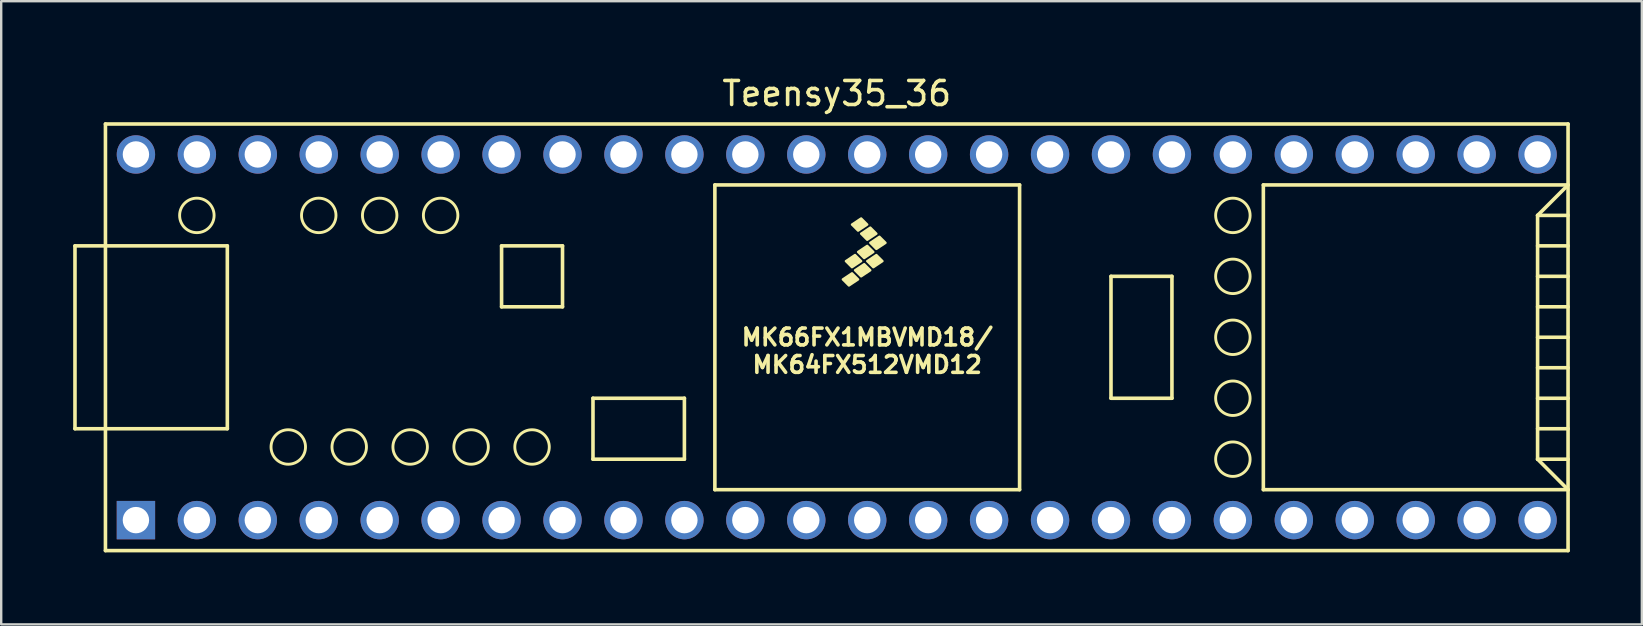
<source format=kicad_pcb>
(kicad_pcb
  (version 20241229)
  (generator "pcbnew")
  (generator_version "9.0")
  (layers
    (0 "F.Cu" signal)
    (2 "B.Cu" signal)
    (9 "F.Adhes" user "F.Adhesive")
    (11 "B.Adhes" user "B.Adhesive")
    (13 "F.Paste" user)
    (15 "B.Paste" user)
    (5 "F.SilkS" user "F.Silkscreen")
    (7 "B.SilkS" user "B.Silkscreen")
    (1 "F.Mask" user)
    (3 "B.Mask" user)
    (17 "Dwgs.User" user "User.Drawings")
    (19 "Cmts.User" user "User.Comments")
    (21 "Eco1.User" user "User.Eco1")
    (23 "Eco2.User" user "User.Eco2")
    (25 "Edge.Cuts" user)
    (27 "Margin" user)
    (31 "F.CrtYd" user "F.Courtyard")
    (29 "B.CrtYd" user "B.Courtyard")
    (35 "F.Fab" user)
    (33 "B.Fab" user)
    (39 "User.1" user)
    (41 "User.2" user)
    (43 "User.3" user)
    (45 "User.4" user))
  (footprint "Teensy35_36"
    (layer "F.Cu")
    (at 31.825 11.008)
    (property "Reference" "Teensy35_36" (at 0 -10.16 0) (layer "F.SilkS") (effects (font (size 1 1) (thickness 0.15))))
    (attr through_hole)
    (fp_line (start -31.75 -3.81) (end -30.48 -3.81) (stroke (width 0.15) (type solid)) (layer "F.SilkS"))
    (fp_line (start -31.75 3.81) (end -31.75 -3.81) (stroke (width 0.15) (type solid)) (layer "F.SilkS"))
    (fp_line (start -30.48 3.81) (end -31.75 3.81) (stroke (width 0.15) (type solid)) (layer "F.SilkS"))
    (fp_line (start -30.48 8.89) (end -30.48 -8.89) (stroke (width 0.15) (type solid)) (layer "F.SilkS"))
    (fp_line (start -30.48 8.89) (end 30.48 8.89) (stroke (width 0.15) (type solid)) (layer "F.SilkS"))
    (fp_line (start -25.4 -3.81) (end -30.48 -3.81) (stroke (width 0.15) (type solid)) (layer "F.SilkS"))
    (fp_line (start -25.4 3.81) (end -30.48 3.81) (stroke (width 0.15) (type solid)) (layer "F.SilkS"))
    (fp_line (start -25.4 3.81) (end -25.4 -3.81) (stroke (width 0.15) (type solid)) (layer "F.SilkS"))
    (fp_line (start -13.97 -3.81) (end -13.97 -1.27) (stroke (width 0.15) (type solid)) (layer "F.SilkS"))
    (fp_line (start -13.97 -1.27) (end -11.43 -1.27) (stroke (width 0.15) (type solid)) (layer "F.SilkS"))
    (fp_line (start -11.43 -3.81) (end -13.97 -3.81) (stroke (width 0.15) (type solid)) (layer "F.SilkS"))
    (fp_line (start -11.43 -1.27) (end -11.43 -3.81) (stroke (width 0.15) (type solid)) (layer "F.SilkS"))
    (fp_line (start -10.16 2.54) (end -6.35 2.54) (stroke (width 0.15) (type solid)) (layer "F.SilkS"))
    (fp_line (start -10.16 5.08) (end -10.16 2.54) (stroke (width 0.15) (type solid)) (layer "F.SilkS"))
    (fp_line (start -6.35 2.54) (end -6.35 5.08) (stroke (width 0.15) (type solid)) (layer "F.SilkS"))
    (fp_line (start -6.35 5.08) (end -10.16 5.08) (stroke (width 0.15) (type solid)) (layer "F.SilkS"))
    (fp_line (start -5.08 -6.35) (end -5.08 6.35) (stroke (width 0.15) (type solid)) (layer "F.SilkS"))
    (fp_line (start -5.08 -6.35) (end 7.62 -6.35) (stroke (width 0.15) (type solid)) (layer "F.SilkS"))
    (fp_line (start -5.08 6.35) (end 7.62 6.35) (stroke (width 0.15) (type solid)) (layer "F.SilkS"))
    (fp_line (start 7.62 6.35) (end 7.62 -6.35) (stroke (width 0.15) (type solid)) (layer "F.SilkS"))
    (fp_line (start 11.43 -2.54) (end 13.97 -2.54) (stroke (width 0.15) (type solid)) (layer "F.SilkS"))
    (fp_line (start 11.43 2.54) (end 11.43 -2.54) (stroke (width 0.15) (type solid)) (layer "F.SilkS"))
    (fp_line (start 13.97 -2.54) (end 13.97 2.54) (stroke (width 0.15) (type solid)) (layer "F.SilkS"))
    (fp_line (start 13.97 2.54) (end 11.43 2.54) (stroke (width 0.15) (type solid)) (layer "F.SilkS"))
    (fp_line (start 17.78 -6.35) (end 17.78 6.35) (stroke (width 0.15) (type solid)) (layer "F.SilkS"))
    (fp_line (start 17.78 6.35) (end 30.48 6.35) (stroke (width 0.15) (type solid)) (layer "F.SilkS"))
    (fp_line (start 29.21 -5.08) (end 30.48 -6.35) (stroke (width 0.15) (type solid)) (layer "F.SilkS"))
    (fp_line (start 29.21 -5.08) (end 30.48 -5.08) (stroke (width 0.15) (type solid)) (layer "F.SilkS"))
    (fp_line (start 29.21 -3.81) (end 30.48 -3.81) (stroke (width 0.15) (type solid)) (layer "F.SilkS"))
    (fp_line (start 29.21 -2.54) (end 30.48 -2.54) (stroke (width 0.15) (type solid)) (layer "F.SilkS"))
    (fp_line (start 29.21 -1.27) (end 30.48 -1.27) (stroke (width 0.15) (type solid)) (layer "F.SilkS"))
    (fp_line (start 29.21 0) (end 30.48 0) (stroke (width 0.15) (type solid)) (layer "F.SilkS"))
    (fp_line (start 29.21 1.27) (end 30.48 1.27) (stroke (width 0.15) (type solid)) (layer "F.SilkS"))
    (fp_line (start 29.21 2.54) (end 30.48 2.54) (stroke (width 0.15) (type solid)) (layer "F.SilkS"))
    (fp_line (start 29.21 3.81) (end 30.48 3.81) (stroke (width 0.15) (type solid)) (layer "F.SilkS"))
    (fp_line (start 29.21 5.08) (end 29.21 -5.08) (stroke (width 0.15) (type solid)) (layer "F.SilkS"))
    (fp_line (start 29.21 5.08) (end 30.48 5.08) (stroke (width 0.15) (type solid)) (layer "F.SilkS"))
    (fp_line (start 30.48 -8.89) (end -30.48 -8.89) (stroke (width 0.15) (type solid)) (layer "F.SilkS"))
    (fp_line (start 30.48 -8.89) (end 30.48 8.89) (stroke (width 0.15) (type solid)) (layer "F.SilkS"))
    (fp_line (start 30.48 -6.35) (end 17.78 -6.35) (stroke (width 0.15) (type solid)) (layer "F.SilkS"))
    (fp_line (start 30.48 6.35) (end 29.21 5.08) (stroke (width 0.15) (type solid)) (layer "F.SilkS"))
    (fp_circle (center -26.67 -5.08) (end -26.162 -4.572) (stroke (width 0.12) (type solid)) (fill no) (layer "F.SilkS"))
    (fp_circle (center -22.86 4.572) (end -22.352 5.08) (stroke (width 0.12) (type solid)) (fill no) (layer "F.SilkS"))
    (fp_circle (center -21.59 -5.08) (end -21.082 -4.572) (stroke (width 0.12) (type solid)) (fill no) (layer "F.SilkS"))
    (fp_circle (center -20.32 4.572) (end -19.812 5.08) (stroke (width 0.12) (type solid)) (fill no) (layer "F.SilkS"))
    (fp_circle (center -19.05 -5.08) (end -18.542 -4.572) (stroke (width 0.12) (type solid)) (fill no) (layer "F.SilkS"))
    (fp_circle (center -17.78 4.572) (end -17.272 5.08) (stroke (width 0.12) (type solid)) (fill no) (layer "F.SilkS"))
    (fp_circle (center -16.51 -5.08) (end -16.002 -4.572) (stroke (width 0.12) (type solid)) (fill no) (layer "F.SilkS"))
    (fp_circle (center -15.24 4.572) (end -14.732 5.08) (stroke (width 0.12) (type solid)) (fill no) (layer "F.SilkS"))
    (fp_circle (center -12.7 4.572) (end -12.192 5.08) (stroke (width 0.12) (type solid)) (fill no) (layer "F.SilkS"))
    (fp_circle (center 16.51 -5.08) (end 17.018 -4.572) (stroke (width 0.12) (type solid)) (fill no) (layer "F.SilkS"))
    (fp_circle (center 16.51 -2.54) (end 17.018 -2.032) (stroke (width 0.12) (type solid)) (fill no) (layer "F.SilkS"))
    (fp_circle (center 16.51 0) (end 17.018 0.508) (stroke (width 0.12) (type solid)) (fill no) (layer "F.SilkS"))
    (fp_circle (center 16.51 2.54) (end 17.018 3.048) (stroke (width 0.12) (type solid)) (fill no) (layer "F.SilkS"))
    (fp_circle (center 16.51 5.08) (end 17.018 5.588) (stroke (width 0.12) (type solid)) (fill no) (layer "F.SilkS"))
    (fp_poly (pts (xy 0.635 -2.667) (xy 0.889 -2.413) (xy 0.508 -2.159) (xy 0.254 -2.413)) (stroke (width 0.1) (type solid)) (fill yes) (layer "F.SilkS"))
    (fp_poly (pts (xy 0.762 -3.429) (xy 1.016 -3.175) (xy 0.635 -2.921) (xy 0.381 -3.175)) (stroke (width 0.1) (type solid)) (fill yes) (layer "F.SilkS"))
    (fp_poly (pts (xy 1.016 -4.953) (xy 1.27 -4.699) (xy 0.889 -4.445) (xy 0.635 -4.699)) (stroke (width 0.1) (type solid)) (fill yes) (layer "F.SilkS"))
    (fp_poly (pts (xy 1.143 -3.048) (xy 1.397 -2.794) (xy 1.016 -2.54) (xy 0.762 -2.794)) (stroke (width 0.1) (type solid)) (fill yes) (layer "F.SilkS"))
    (fp_poly (pts (xy 1.27 -3.81) (xy 1.524 -3.556) (xy 1.143 -3.302) (xy 0.889 -3.556)) (stroke (width 0.1) (type solid)) (fill yes) (layer "F.SilkS"))
    (fp_poly (pts (xy 1.397 -4.572) (xy 1.651 -4.318) (xy 1.27 -4.064) (xy 1.016 -4.318)) (stroke (width 0.1) (type solid)) (fill yes) (layer "F.SilkS"))
    (fp_poly (pts (xy 1.651 -3.429) (xy 1.905 -3.175) (xy 1.524 -2.921) (xy 1.27 -3.175)) (stroke (width 0.1) (type solid)) (fill yes) (layer "F.SilkS"))
    (fp_poly (pts (xy 1.778 -4.191) (xy 2.032 -3.937) (xy 1.651 -3.683) (xy 1.397 -3.937)) (stroke (width 0.1) (type solid)) (fill yes) (layer "F.SilkS"))
    (fp_text user "MK64FX512VMD12" (at 1.27 1.143 0) (layer "F.SilkS") (effects (font (size 0.7 0.7) (thickness 0.15))))
    (fp_text user "MK66FX1MBVMD18/" (at 1.27 0 0) (layer "F.SilkS") (effects (font (size 0.7 0.7) (thickness 0.15))))
    (pad "1" thru_hole rect (at -29.21 7.62) (size 1.6 1.6) (drill 1.1) (layers "*.Cu" "*.Mask"))
    (pad "2" thru_hole circle (at -26.67 7.62) (size 1.6 1.6) (drill 1.1) (layers "*.Cu" "*.Mask"))
    (pad "3" thru_hole circle (at -24.13 7.62) (size 1.6 1.6) (drill 1.1) (layers "*.Cu" "*.Mask"))
    (pad "4" thru_hole circle (at -21.59 7.62) (size 1.6 1.6) (drill 1.1) (layers "*.Cu" "*.Mask"))
    (pad "5" thru_hole circle (at -19.05 7.62) (size 1.6 1.6) (drill 1.1) (layers "*.Cu" "*.Mask"))
    (pad "6" thru_hole circle (at -16.51 7.62) (size 1.6 1.6) (drill 1.1) (layers "*.Cu" "*.Mask"))
    (pad "7" thru_hole circle (at -13.97 7.62) (size 1.6 1.6) (drill 1.1) (layers "*.Cu" "*.Mask"))
    (pad "8" thru_hole circle (at -11.43 7.62) (size 1.6 1.6) (drill 1.1) (layers "*.Cu" "*.Mask"))
    (pad "9" thru_hole circle (at -8.89 7.62) (size 1.6 1.6) (drill 1.1) (layers "*.Cu" "*.Mask"))
    (pad "10" thru_hole circle (at -6.35 7.62) (size 1.6 1.6) (drill 1.1) (layers "*.Cu" "*.Mask"))
    (pad "11" thru_hole circle (at -3.81 7.62) (size 1.6 1.6) (drill 1.1) (layers "*.Cu" "*.Mask"))
    (pad "12" thru_hole circle (at -1.27 7.62) (size 1.6 1.6) (drill 1.1) (layers "*.Cu" "*.Mask"))
    (pad "13" thru_hole circle (at 1.27 7.62) (size 1.6 1.6) (drill 1.1) (layers "*.Cu" "*.Mask"))
    (pad "14" thru_hole circle (at 3.81 7.62) (size 1.6 1.6) (drill 1.1) (layers "*.Cu" "*.Mask"))
    (pad "15" thru_hole circle (at 6.35 7.62) (size 1.6 1.6) (drill 1.1) (layers "*.Cu" "*.Mask"))
    (pad "16" thru_hole circle (at 8.89 7.62) (size 1.6 1.6) (drill 1.1) (layers "*.Cu" "*.Mask"))
    (pad "17" thru_hole circle (at 11.43 7.62) (size 1.6 1.6) (drill 1.1) (layers "*.Cu" "*.Mask"))
    (pad "18" thru_hole circle (at 13.97 7.62) (size 1.6 1.6) (drill 1.1) (layers "*.Cu" "*.Mask"))
    (pad "19" thru_hole circle (at 16.51 7.62) (size 1.6 1.6) (drill 1.1) (layers "*.Cu" "*.Mask"))
    (pad "20" thru_hole circle (at 19.05 7.62) (size 1.6 1.6) (drill 1.1) (layers "*.Cu" "*.Mask"))
    (pad "21" thru_hole circle (at 21.59 7.62) (size 1.6 1.6) (drill 1.1) (layers "*.Cu" "*.Mask"))
    (pad "22" thru_hole circle (at 24.13 7.62) (size 1.6 1.6) (drill 1.1) (layers "*.Cu" "*.Mask"))
    (pad "23" thru_hole circle (at 26.67 7.62) (size 1.6 1.6) (drill 1.1) (layers "*.Cu" "*.Mask"))
    (pad "24" thru_hole circle (at 29.21 7.62) (size 1.6 1.6) (drill 1.1) (layers "*.Cu" "*.Mask"))
    (pad "30" thru_hole circle (at 29.21 -7.62) (size 1.6 1.6) (drill 1.1) (layers "*.Cu" "*.Mask"))
    (pad "31" thru_hole circle (at 26.67 -7.62) (size 1.6 1.6) (drill 1.1) (layers "*.Cu" "*.Mask"))
    (pad "32" thru_hole circle (at 24.13 -7.62) (size 1.6 1.6) (drill 1.1) (layers "*.Cu" "*.Mask"))
    (pad "33" thru_hole circle (at 21.59 -7.62) (size 1.6 1.6) (drill 1.1) (layers "*.Cu" "*.Mask"))
    (pad "34" thru_hole circle (at 19.05 -7.62) (size 1.6 1.6) (drill 1.1) (layers "*.Cu" "*.Mask"))
    (pad "35" thru_hole circle (at 16.51 -7.62) (size 1.6 1.6) (drill 1.1) (layers "*.Cu" "*.Mask"))
    (pad "36" thru_hole circle (at 13.97 -7.62) (size 1.6 1.6) (drill 1.1) (layers "*.Cu" "*.Mask"))
    (pad "37" thru_hole circle (at 11.43 -7.62) (size 1.6 1.6) (drill 1.1) (layers "*.Cu" "*.Mask"))
    (pad "38" thru_hole circle (at 8.89 -7.62) (size 1.6 1.6) (drill 1.1) (layers "*.Cu" "*.Mask"))
    (pad "39" thru_hole circle (at 6.35 -7.62) (size 1.6 1.6) (drill 1.1) (layers "*.Cu" "*.Mask"))
    (pad "40" thru_hole circle (at 3.81 -7.62) (size 1.6 1.6) (drill 1.1) (layers "*.Cu" "*.Mask"))
    (pad "41" thru_hole circle (at 1.27 -7.62) (size 1.6 1.6) (drill 1.1) (layers "*.Cu" "*.Mask"))
    (pad "42" thru_hole circle (at -1.27 -7.62) (size 1.6 1.6) (drill 1.1) (layers "*.Cu" "*.Mask"))
    (pad "43" thru_hole circle (at -3.81 -7.62) (size 1.6 1.6) (drill 1.1) (layers "*.Cu" "*.Mask"))
    (pad "44" thru_hole circle (at -6.35 -7.62) (size 1.6 1.6) (drill 1.1) (layers "*.Cu" "*.Mask"))
    (pad "45" thru_hole circle (at -8.89 -7.62) (size 1.6 1.6) (drill 1.1) (layers "*.Cu" "*.Mask"))
    (pad "46" thru_hole circle (at -11.43 -7.62) (size 1.6 1.6) (drill 1.1) (layers "*.Cu" "*.Mask"))
    (pad "47" thru_hole circle (at -13.97 -7.62) (size 1.6 1.6) (drill 1.1) (layers "*.Cu" "*.Mask"))
    (pad "48" thru_hole circle (at -16.51 -7.62) (size 1.6 1.6) (drill 1.1) (layers "*.Cu" "*.Mask"))
    (pad "49" thru_hole circle (at -19.05 -7.62) (size 1.6 1.6) (drill 1.1) (layers "*.Cu" "*.Mask"))
    (pad "50" thru_hole circle (at -21.59 -7.62) (size 1.6 1.6) (drill 1.1) (layers "*.Cu" "*.Mask"))
    (pad "51" thru_hole circle (at -24.13 -7.62) (size 1.6 1.6) (drill 1.1) (layers "*.Cu" "*.Mask"))
    (pad "52" thru_hole circle (at -26.67 -7.62) (size 1.6 1.6) (drill 1.1) (layers "*.Cu" "*.Mask"))
    (pad "53" thru_hole circle (at -29.21 -7.62) (size 1.6 1.6) (drill 1.1) (layers "*.Cu" "*.Mask")))
  (gr_rect
    (start -3 -3)
    (end 65.38 22.973)
    (stroke (width 0.1) (type default))
    (fill no)
    (layer "Edge.Cuts")))
</source>
